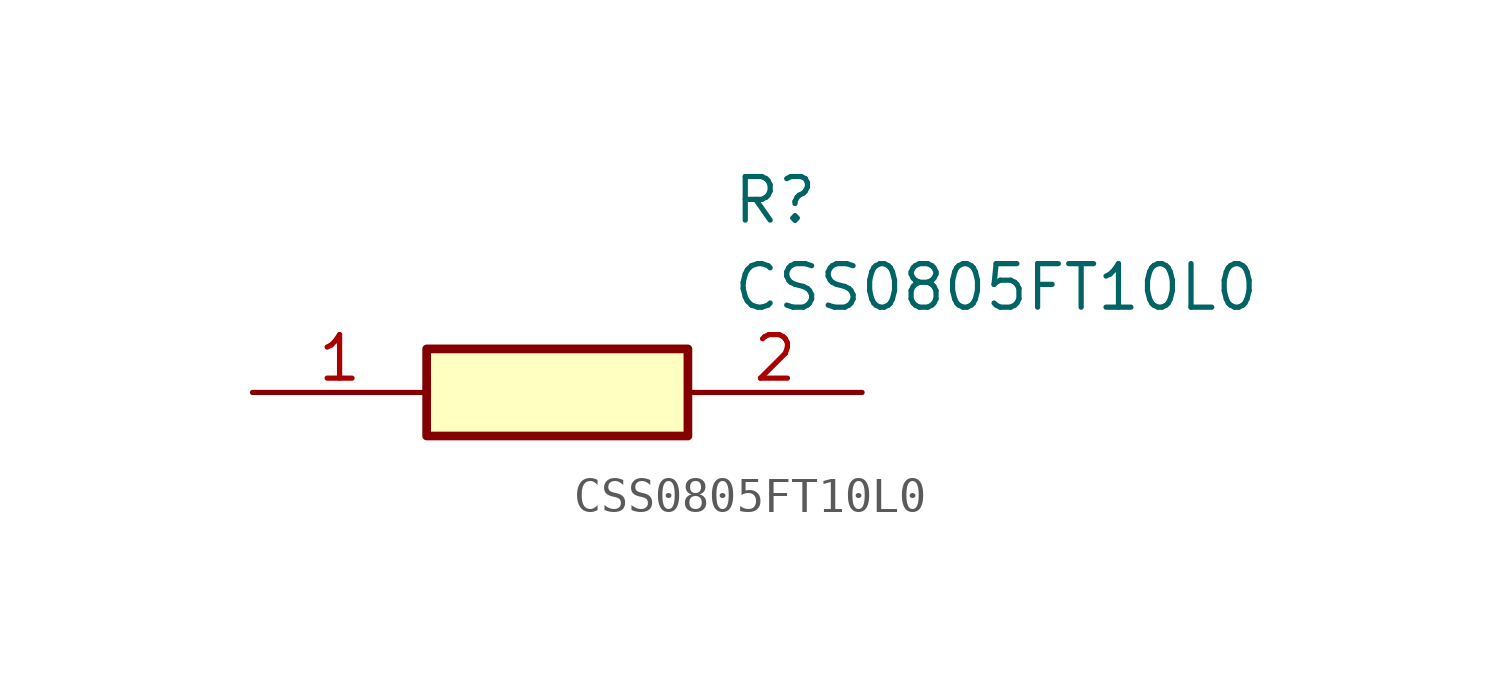
<source format=kicad_sym>
(kicad_symbol_lib
  (version 20211014)
  (generator SamacSys_ECAD_Model)
  (symbol "CSS0805FT10L0"
    (pin_names hide)
    (property "Reference" "R"
      (at 13.97 6.35 0)
      (effects (font (size 1.27 1.27)) (justify left top)))
    (property "Value" "CSS0805FT10L0"
      (at 13.97 3.81 0)
      (effects (font (size 1.27 1.27)) (justify left top)))
    (rectangle
      (start 5.08 1.27)
      (end 12.7 -1.27)
      (stroke (width 0.254) (type default))
      (fill (type background)))
    (pin passive line
      (at 0 0 0)
      (length 5.08)
      (name "1" (effects (font (size 1.27 1.27))))
      (number "1" (effects (font (size 1.27 1.27)))))
    (pin passive line
      (at 17.78 0 180)
      (length 5.08)
      (name "2" (effects (font (size 1.27 1.27))))
      (number "2" (effects (font (size 1.27 1.27)))))))
</source>
